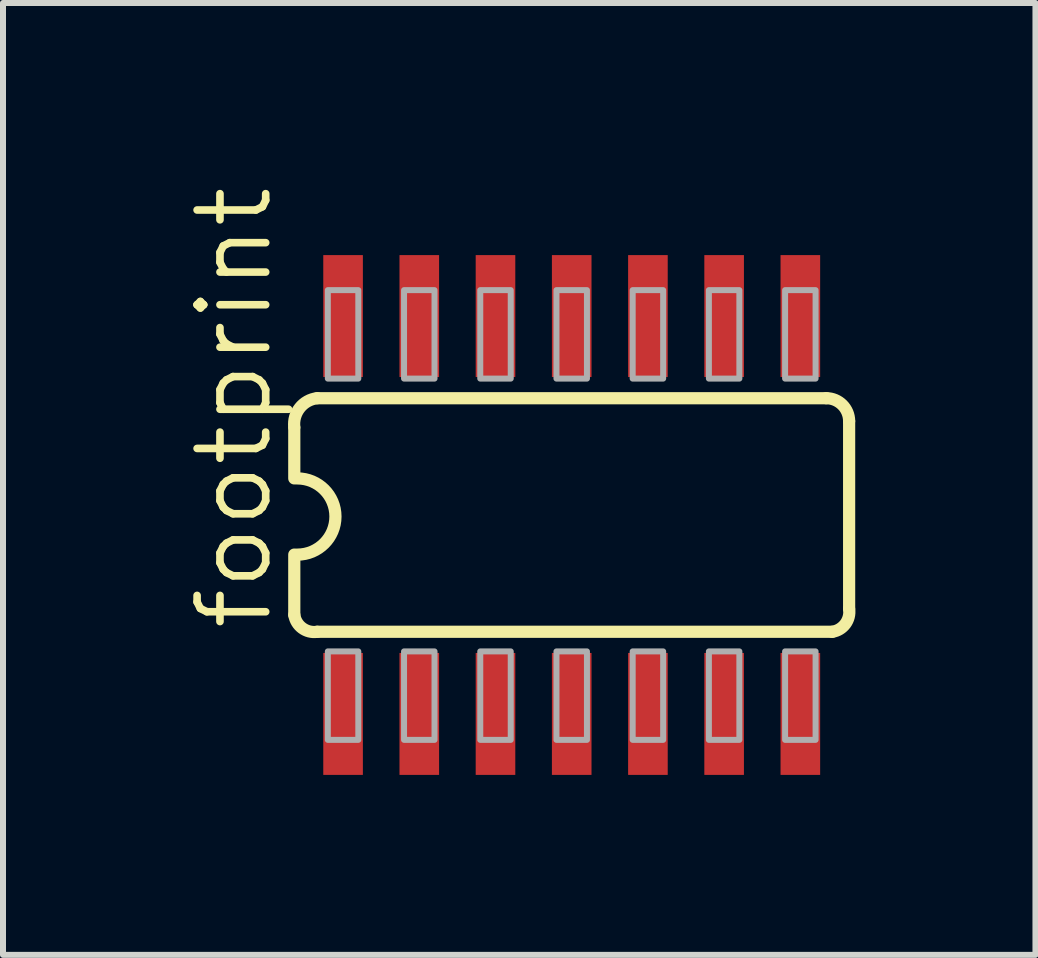
<source format=kicad_pcb>
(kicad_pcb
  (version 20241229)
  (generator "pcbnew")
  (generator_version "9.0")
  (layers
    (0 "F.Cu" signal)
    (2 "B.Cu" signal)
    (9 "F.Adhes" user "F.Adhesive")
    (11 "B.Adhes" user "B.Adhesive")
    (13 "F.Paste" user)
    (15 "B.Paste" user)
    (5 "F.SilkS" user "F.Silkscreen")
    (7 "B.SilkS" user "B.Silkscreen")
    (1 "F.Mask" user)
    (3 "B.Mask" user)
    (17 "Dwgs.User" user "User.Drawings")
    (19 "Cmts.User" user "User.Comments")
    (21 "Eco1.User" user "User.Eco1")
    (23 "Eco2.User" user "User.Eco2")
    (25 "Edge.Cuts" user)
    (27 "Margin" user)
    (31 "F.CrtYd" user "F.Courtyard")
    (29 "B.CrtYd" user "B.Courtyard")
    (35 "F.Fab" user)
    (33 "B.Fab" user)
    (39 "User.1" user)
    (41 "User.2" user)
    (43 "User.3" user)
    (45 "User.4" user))
  (footprint "footprint"
    (layer "F.Cu")
    (at 7.112 5.532)
    (property "Reference" "footprint" (at -5.588 1.968 90) (layer "F.SilkS") (effects (font (size 1.143 1.143) (thickness 0.127)) (justify left bottom)))
    (fp_line (start -5.258 -1.453) (end -5.258 -0.61) (stroke (width 0.203) (type solid)) (layer "F.SilkS"))
    (fp_line (start -5.258 1.665) (end -5.258 0.66) (stroke (width 0.203) (type solid)) (layer "F.SilkS"))
    (fp_line (start -4.877 1.946) (end 3.707 1.946) (stroke (width 0.203) (type solid)) (layer "F.SilkS"))
    (fp_line (start 3.607 -1.946) (end -4.877 -1.946) (stroke (width 0.203) (type solid)) (layer "F.SilkS"))
    (fp_line (start 3.988 1.565) (end 3.988 -1.565) (stroke (width 0.203) (type solid)) (layer "F.SilkS"))
    (fp_arc (start -5.2578 -1.4653) (mid -5.166948 -1.784731) (end -4.8768 -1.9463) (stroke (width 0.2032) (type solid)) (layer "F.SilkS"))
    (fp_arc (start -5.207 -0.6096) (mid -4.572 0.0254) (end -5.207 0.6604) (stroke (width 0.2032) (type solid)) (layer "F.SilkS"))
    (fp_arc (start -4.876799 1.946301) (mid -5.12554 1.884767) (end -5.2578 1.6653) (stroke (width 0.2032) (type solid)) (layer "F.SilkS"))
    (fp_arc (start 3.6068 -1.9463) (mid 3.876237 -1.834736) (end 3.9878 -1.565298) (stroke (width 0.2032) (type solid)) (layer "F.SilkS"))
    (fp_arc (start 3.9878 1.5653) (mid 3.926208 1.813997) (end 3.7068 1.9463) (stroke (width 0.2032) (type solid)) (layer "F.SilkS"))
    (fp_poly (pts (xy -4.699 -2.273) (xy -4.191 -2.273) (xy -4.191 -3.747) (xy -4.699 -3.747)) (stroke (width 0.1) (type solid)) (fill no) (layer "F.Fab"))
    (fp_poly (pts (xy -4.699 3.747) (xy -4.191 3.747) (xy -4.191 2.273) (xy -4.699 2.273)) (stroke (width 0.1) (type solid)) (fill no) (layer "F.Fab"))
    (fp_poly (pts (xy -3.429 -2.273) (xy -2.921 -2.273) (xy -2.921 -3.747) (xy -3.429 -3.747)) (stroke (width 0.1) (type solid)) (fill no) (layer "F.Fab"))
    (fp_poly (pts (xy -3.429 3.747) (xy -2.921 3.747) (xy -2.921 2.273) (xy -3.429 2.273)) (stroke (width 0.1) (type solid)) (fill no) (layer "F.Fab"))
    (fp_poly (pts (xy -2.159 -2.273) (xy -1.651 -2.273) (xy -1.651 -3.747) (xy -2.159 -3.747)) (stroke (width 0.1) (type solid)) (fill no) (layer "F.Fab"))
    (fp_poly (pts (xy -2.159 3.747) (xy -1.651 3.747) (xy -1.651 2.273) (xy -2.159 2.273)) (stroke (width 0.1) (type solid)) (fill no) (layer "F.Fab"))
    (fp_poly (pts (xy -0.889 -2.273) (xy -0.381 -2.273) (xy -0.381 -3.747) (xy -0.889 -3.747)) (stroke (width 0.1) (type solid)) (fill no) (layer "F.Fab"))
    (fp_poly (pts (xy -0.889 3.747) (xy -0.381 3.747) (xy -0.381 2.273) (xy -0.889 2.273)) (stroke (width 0.1) (type solid)) (fill no) (layer "F.Fab"))
    (fp_poly (pts (xy 0.381 -2.273) (xy 0.889 -2.273) (xy 0.889 -3.747) (xy 0.381 -3.747)) (stroke (width 0.1) (type solid)) (fill no) (layer "F.Fab"))
    (fp_poly (pts (xy 0.381 3.747) (xy 0.889 3.747) (xy 0.889 2.273) (xy 0.381 2.273)) (stroke (width 0.1) (type solid)) (fill no) (layer "F.Fab"))
    (fp_poly (pts (xy 1.651 -2.273) (xy 2.159 -2.273) (xy 2.159 -3.747) (xy 1.651 -3.747)) (stroke (width 0.1) (type solid)) (fill no) (layer "F.Fab"))
    (fp_poly (pts (xy 1.651 3.747) (xy 2.159 3.747) (xy 2.159 2.273) (xy 1.651 2.273)) (stroke (width 0.1) (type solid)) (fill no) (layer "F.Fab"))
    (fp_poly (pts (xy 2.921 -2.273) (xy 3.429 -2.273) (xy 3.429 -3.747) (xy 2.921 -3.747)) (stroke (width 0.1) (type solid)) (fill no) (layer "F.Fab"))
    (fp_poly (pts (xy 2.921 3.747) (xy 3.429 3.747) (xy 3.429 2.273) (xy 2.921 2.273)) (stroke (width 0.1) (type solid)) (fill no) (layer "F.Fab"))
    (pad "1" smd rect (at -4.445 3.315) (size 0.66 2.032) (layers "F.Cu" "F.Mask" "F.Paste"))
    (pad "2" smd rect (at -3.175 3.315) (size 0.66 2.032) (layers "F.Cu" "F.Mask" "F.Paste"))
    (pad "3" smd rect (at -1.905 3.315) (size 0.66 2.032) (layers "F.Cu" "F.Mask" "F.Paste"))
    (pad "4" smd rect (at -0.635 3.315) (size 0.66 2.032) (layers "F.Cu" "F.Mask" "F.Paste"))
    (pad "5" smd rect (at 0.635 3.315) (size 0.66 2.032) (layers "F.Cu" "F.Mask" "F.Paste"))
    (pad "6" smd rect (at 1.905 3.315) (size 0.66 2.032) (layers "F.Cu" "F.Mask" "F.Paste"))
    (pad "7" smd rect (at 3.175 3.315) (size 0.66 2.032) (layers "F.Cu" "F.Mask" "F.Paste"))
    (pad "8" smd rect (at 3.175 -3.315) (size 0.66 2.032) (layers "F.Cu" "F.Mask" "F.Paste"))
    (pad "9" smd rect (at 1.905 -3.315) (size 0.66 2.032) (layers "F.Cu" "F.Mask" "F.Paste"))
    (pad "10" smd rect (at 0.635 -3.315) (size 0.66 2.032) (layers "F.Cu" "F.Mask" "F.Paste"))
    (pad "11" smd rect (at -0.635 -3.315) (size 0.66 2.032) (layers "F.Cu" "F.Mask" "F.Paste"))
    (pad "12" smd rect (at -1.905 -3.315) (size 0.66 2.032) (layers "F.Cu" "F.Mask" "F.Paste"))
    (pad "13" smd rect (at -3.175 -3.315) (size 0.66 2.032) (layers "F.Cu" "F.Mask" "F.Paste"))
    (pad "14" smd rect (at -4.445 -3.315) (size 0.66 2.032) (layers "F.Cu" "F.Mask" "F.Paste")))
  (gr_rect
    (start -3 -3)
    (end 14.205 12.862)
    (stroke (width 0.1) (type default))
    (fill no)
    (layer "Edge.Cuts")))
</source>
